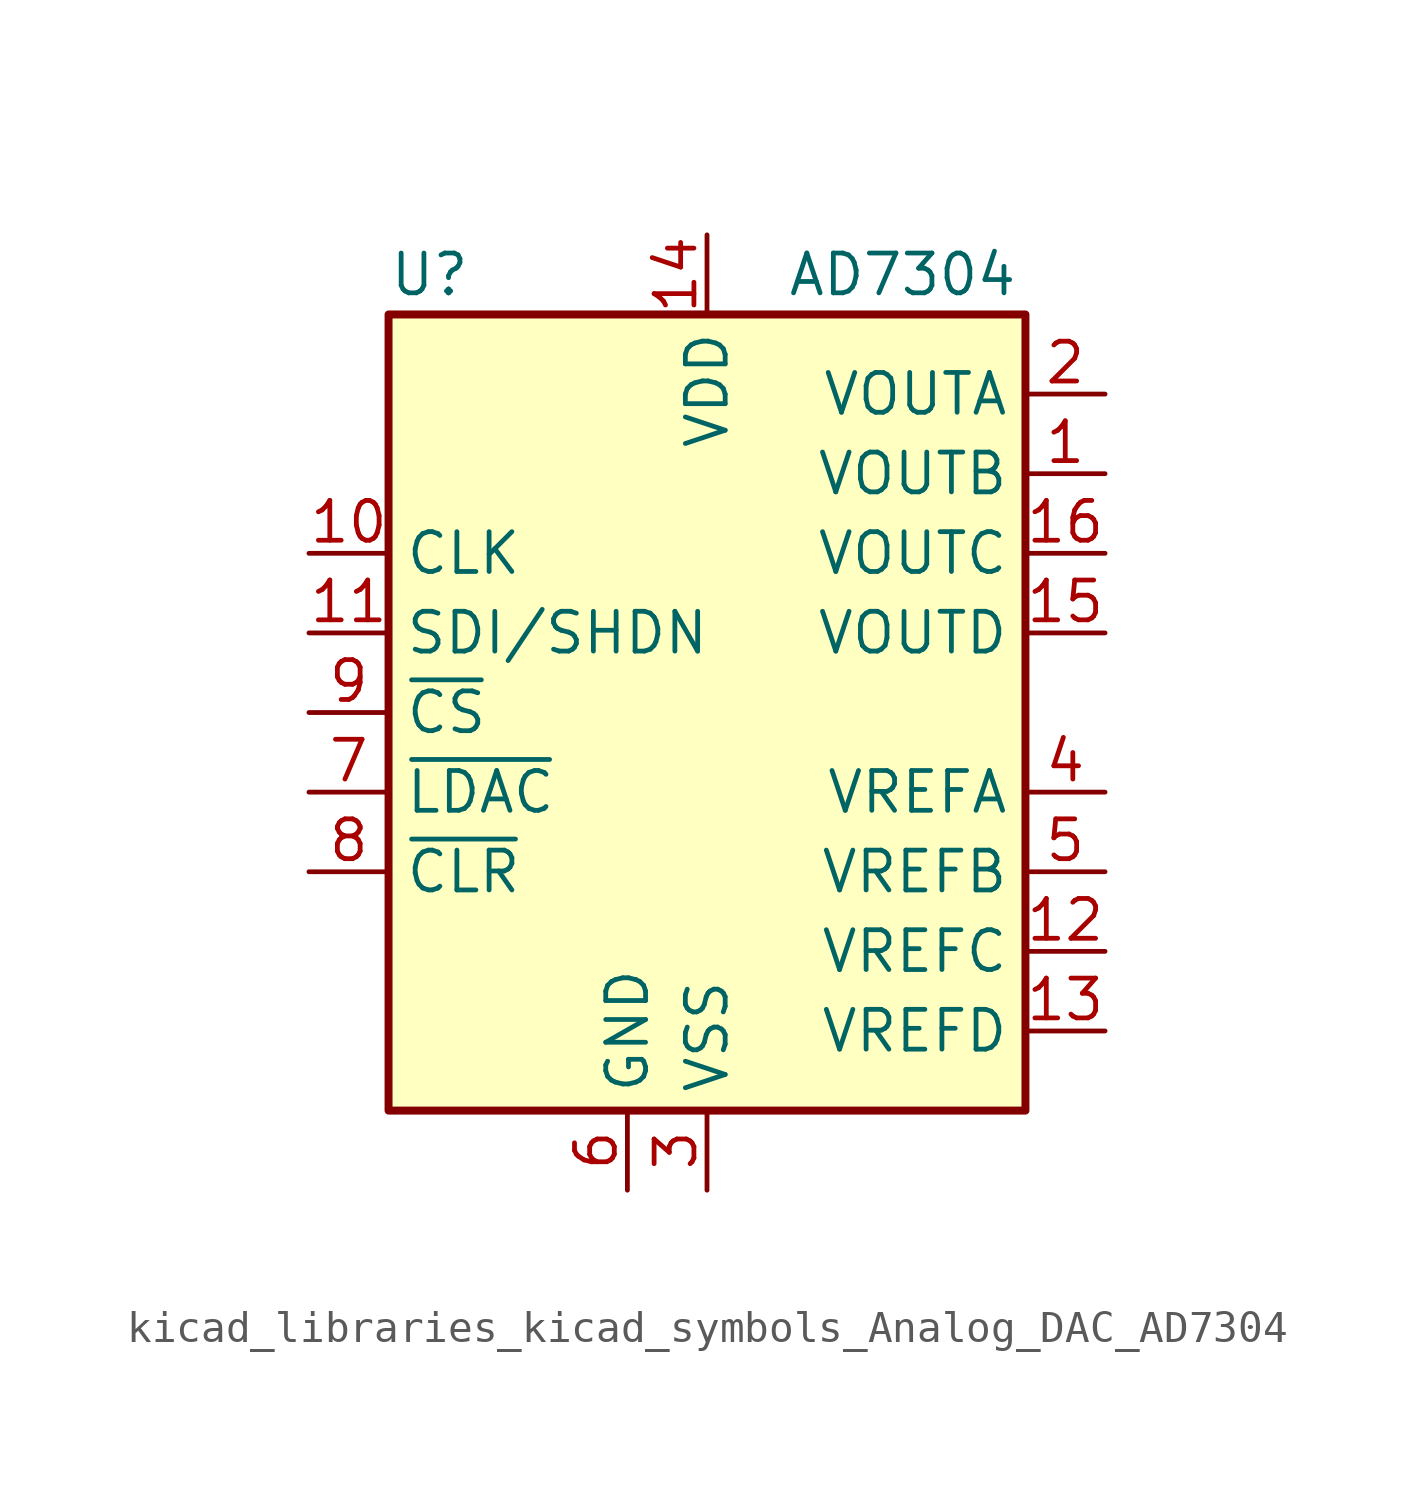
<source format=kicad_sym>
(kicad_symbol_lib
  (version 20220914)
  (generator kicad_symbol_editor)
  (symbol "kicad_libraries_kicad_symbols_Analog_DAC_AD7304"
    (property "Reference" "U"
      (at -10.16 13.97 0)
      (effects (font (size 1.27 1.27)) (justify left)))
    (property "Value" "AD7304"
      (at 2.54 13.97 0)
      (effects (font (size 1.27 1.27)) (justify left)))
    (symbol "kicad_libraries_kicad_symbols_Analog_DAC_AD7304_0_1"
      (rectangle (start -10.16 12.7) (end 10.16 -12.7) (stroke (width 0.254) (type default)) (fill (type background))))
    (symbol "kicad_libraries_kicad_symbols_Analog_DAC_AD7304_1_1"
      (pin output line (at 12.7 7.62 180) (length 2.54) (name "VOUTB" (effects (font (size 1.27 1.27)))) (number "1" (effects (font (size 1.27 1.27)))))
      (pin input line (at -12.7 5.08 0) (length 2.54) (name "CLK" (effects (font (size 1.27 1.27)))) (number "10" (effects (font (size 1.27 1.27)))))
      (pin input line (at -12.7 2.54 0) (length 2.54) (name "SDI/SHDN" (effects (font (size 1.27 1.27)))) (number "11" (effects (font (size 1.27 1.27)))))
      (pin input line (at 12.7 -7.62 180) (length 2.54) (name "VREFC" (effects (font (size 1.27 1.27)))) (number "12" (effects (font (size 1.27 1.27)))))
      (pin input line (at 12.7 -10.16 180) (length 2.54) (name "VREFD" (effects (font (size 1.27 1.27)))) (number "13" (effects (font (size 1.27 1.27)))))
      (pin power_in line (at 0 15.24 270) (length 2.54) (name "VDD" (effects (font (size 1.27 1.27)))) (number "14" (effects (font (size 1.27 1.27)))))
      (pin output line (at 12.7 2.54 180) (length 2.54) (name "VOUTD" (effects (font (size 1.27 1.27)))) (number "15" (effects (font (size 1.27 1.27)))))
      (pin output line (at 12.7 5.08 180) (length 2.54) (name "VOUTC" (effects (font (size 1.27 1.27)))) (number "16" (effects (font (size 1.27 1.27)))))
      (pin output line (at 12.7 10.16 180) (length 2.54) (name "VOUTA" (effects (font (size 1.27 1.27)))) (number "2" (effects (font (size 1.27 1.27)))))
      (pin power_in line (at 0 -15.24 90) (length 2.54) (name "VSS" (effects (font (size 1.27 1.27)))) (number "3" (effects (font (size 1.27 1.27)))))
      (pin input line (at 12.7 -2.54 180) (length 2.54) (name "VREFA" (effects (font (size 1.27 1.27)))) (number "4" (effects (font (size 1.27 1.27)))))
      (pin input line (at 12.7 -5.08 180) (length 2.54) (name "VREFB" (effects (font (size 1.27 1.27)))) (number "5" (effects (font (size 1.27 1.27)))))
      (pin power_in line (at -2.54 -15.24 90) (length 2.54) (name "GND" (effects (font (size 1.27 1.27)))) (number "6" (effects (font (size 1.27 1.27)))))
      (pin output line (at -12.7 -2.54 0) (length 2.54) (name "~{LDAC}" (effects (font (size 1.27 1.27)))) (number "7" (effects (font (size 1.27 1.27)))))
      (pin output line (at -12.7 -5.08 0) (length 2.54) (name "~{CLR}" (effects (font (size 1.27 1.27)))) (number "8" (effects (font (size 1.27 1.27)))))
      (pin input line (at -12.7 0 0) (length 2.54) (name "~{CS}" (effects (font (size 1.27 1.27)))) (number "9" (effects (font (size 1.27 1.27))))))))
</source>
